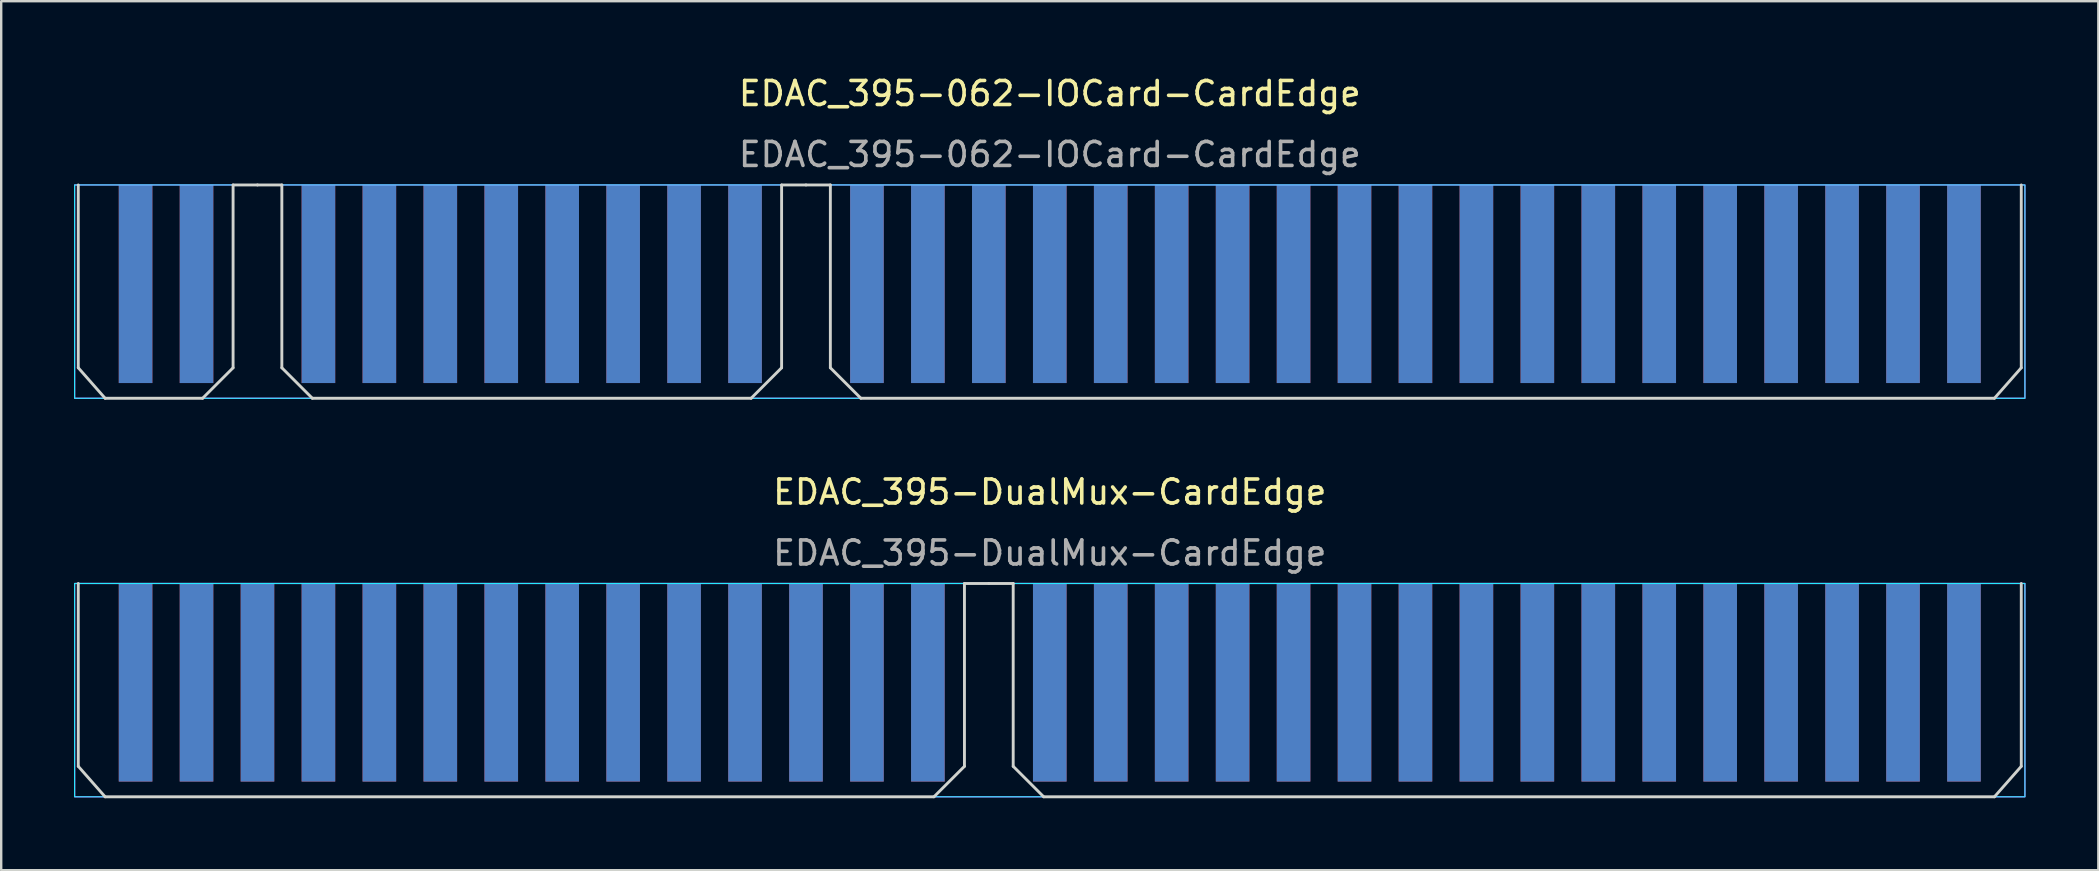
<source format=kicad_pcb>
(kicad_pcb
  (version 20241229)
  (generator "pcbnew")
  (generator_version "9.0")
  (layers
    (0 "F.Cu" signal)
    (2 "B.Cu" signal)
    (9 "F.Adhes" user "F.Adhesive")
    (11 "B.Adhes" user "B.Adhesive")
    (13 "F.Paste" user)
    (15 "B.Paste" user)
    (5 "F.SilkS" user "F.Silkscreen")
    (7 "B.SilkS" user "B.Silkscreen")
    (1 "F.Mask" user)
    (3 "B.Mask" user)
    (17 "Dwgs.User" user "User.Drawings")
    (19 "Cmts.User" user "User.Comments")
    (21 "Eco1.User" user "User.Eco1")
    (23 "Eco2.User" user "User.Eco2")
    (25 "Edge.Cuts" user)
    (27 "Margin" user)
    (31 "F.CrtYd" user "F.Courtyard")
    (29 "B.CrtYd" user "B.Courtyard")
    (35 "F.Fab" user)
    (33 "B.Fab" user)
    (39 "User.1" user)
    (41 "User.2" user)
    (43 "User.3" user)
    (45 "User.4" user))
  (footprint "EDAC_395-DualMux-CardEdge"
    (layer "F.Cu")
    (at 40.7 21.267)
    (property "Reference" "EDAC_395-DualMux-CardEdge" (at 0 -3.81 0) (unlocked yes) (layer "F.SilkS") (effects (font (size 1 1) (thickness 0.15))))
    (fp_rect (start -40.64 0) (end 40.64 8.89) (stroke (width 0.12) (type solid)) (fill yes) (layer "F.Mask"))
    (fp_rect (start 40.64 0) (end -40.64 8.89) (stroke (width 0.12) (type solid)) (fill yes) (layer "B.Mask"))
    (fp_line (start -40.488 0) (end -40.488 7.62) (stroke (width 0.12) (type default)) (layer "Edge.Cuts"))
    (fp_line (start -40.488 7.62) (end -39.37 8.89) (stroke (width 0.12) (type default)) (layer "Edge.Cuts"))
    (fp_line (start -39.37 8.89) (end -4.826 8.89) (stroke (width 0.12) (type default)) (layer "Edge.Cuts"))
    (fp_line (start -3.556 0) (end -3.556 7.62) (stroke (width 0.12) (type default)) (layer "Edge.Cuts"))
    (fp_line (start -3.556 7.62) (end -4.826 8.89) (stroke (width 0.12) (type default)) (layer "Edge.Cuts"))
    (fp_line (start -2.54 0) (end -3.556 0) (stroke (width 0.12) (type default)) (layer "Edge.Cuts"))
    (fp_line (start -2.54 0) (end -1.524 0) (stroke (width 0.12) (type default)) (layer "Edge.Cuts"))
    (fp_line (start -1.524 0) (end -1.524 7.62) (stroke (width 0.12) (type default)) (layer "Edge.Cuts"))
    (fp_line (start -1.524 7.62) (end -0.254 8.89) (stroke (width 0.12) (type default)) (layer "Edge.Cuts"))
    (fp_line (start -0.254 8.89) (end 39.37 8.89) (stroke (width 0.12) (type default)) (layer "Edge.Cuts"))
    (fp_line (start 39.37 8.89) (end 40.488 7.62) (stroke (width 0.12) (type default)) (layer "Edge.Cuts"))
    (fp_line (start 40.488 0) (end 40.488 7.62) (stroke (width 0.12) (type default)) (layer "Edge.Cuts"))
    (fp_rect (start 40.64 0) (end -40.64 8.89) (stroke (width 0.05) (type default)) (fill no) (layer "B.CrtYd"))
    (fp_rect (start 40.64 0) (end -40.64 8.89) (stroke (width 0.05) (type default)) (fill no) (layer "F.CrtYd"))
    (fp_rect (start -40.64 8.255) (end 40.64 8.89) (stroke (width 0.12) (type default)) (fill no) (layer "User.1"))
    (fp_text user "${REFERENCE}" (at 0 -1.27 0) (unlocked yes) (layer "F.Fab") (effects (font (size 1 1) (thickness 0.15))))
    (pad "1" connect rect (at -38.1 4.128 180) (size 1.4 8.255) (layers "B.Cu" "B.Mask"))
    (pad "2" connect rect (at -38.1 4.128) (size 1.4 8.255) (layers "F.Cu" "F.Mask"))
    (pad "3" connect rect (at -35.56 4.128 180) (size 1.4 8.255) (layers "B.Cu" "B.Mask"))
    (pad "4" connect rect (at -35.56 4.128) (size 1.4 8.255) (layers "F.Cu" "F.Mask"))
    (pad "5" connect rect (at -33.02 4.128 180) (size 1.4 8.255) (layers "B.Cu" "B.Mask"))
    (pad "6" connect rect (at -33.02 4.128) (size 1.4 8.255) (layers "F.Cu" "F.Mask"))
    (pad "7" connect rect (at -30.48 4.128 180) (size 1.4 8.255) (layers "B.Cu" "B.Mask"))
    (pad "8" connect rect (at -30.48 4.128) (size 1.4 8.255) (layers "F.Cu" "F.Mask"))
    (pad "9" connect rect (at -27.94 4.128 180) (size 1.4 8.255) (layers "B.Cu" "B.Mask"))
    (pad "10" connect rect (at -27.94 4.128) (size 1.4 8.255) (layers "F.Cu" "F.Mask"))
    (pad "11" connect rect (at -25.4 4.128 180) (size 1.4 8.255) (layers "B.Cu" "B.Mask"))
    (pad "12" connect rect (at -25.4 4.128) (size 1.4 8.255) (layers "F.Cu" "F.Mask"))
    (pad "13" connect rect (at -22.86 4.128 180) (size 1.4 8.255) (layers "B.Cu" "B.Mask"))
    (pad "14" connect rect (at -22.86 4.128) (size 1.4 8.255) (layers "F.Cu" "F.Mask"))
    (pad "15" connect rect (at -20.32 4.128 180) (size 1.4 8.255) (layers "B.Cu" "B.Mask"))
    (pad "16" connect rect (at -20.32 4.128) (size 1.4 8.255) (layers "F.Cu" "F.Mask"))
    (pad "17" connect rect (at -17.78 4.128 180) (size 1.4 8.255) (layers "B.Cu" "B.Mask"))
    (pad "18" connect rect (at -17.78 4.128) (size 1.4 8.255) (layers "F.Cu" "F.Mask"))
    (pad "19" connect rect (at -15.24 4.128 180) (size 1.4 8.255) (layers "B.Cu" "B.Mask"))
    (pad "20" connect rect (at -15.24 4.128) (size 1.4 8.255) (layers "F.Cu" "F.Mask"))
    (pad "21" connect rect (at -12.7 4.128 180) (size 1.4 8.255) (layers "B.Cu" "B.Mask"))
    (pad "22" connect rect (at -12.7 4.128) (size 1.4 8.255) (layers "F.Cu" "F.Mask"))
    (pad "23" connect rect (at -10.16 4.128 180) (size 1.4 8.255) (layers "B.Cu" "B.Mask"))
    (pad "24" connect rect (at -10.16 4.128) (size 1.4 8.255) (layers "F.Cu" "F.Mask"))
    (pad "25" connect rect (at -7.62 4.128 180) (size 1.4 8.255) (layers "B.Cu" "B.Mask"))
    (pad "26" connect rect (at -7.62 4.128) (size 1.4 8.255) (layers "F.Cu" "F.Mask"))
    (pad "27" connect rect (at -5.08 4.128 180) (size 1.4 8.255) (layers "B.Cu" "B.Mask"))
    (pad "28" connect rect (at -5.08 4.128) (size 1.4 8.255) (layers "F.Cu" "F.Mask"))
    (pad "31" connect rect (at 0 4.128 180) (size 1.4 8.255) (layers "B.Cu" "B.Mask"))
    (pad "32" connect rect (at 0 4.128) (size 1.4 8.255) (layers "F.Cu" "F.Mask"))
    (pad "33" connect rect (at 2.54 4.128 180) (size 1.4 8.255) (layers "B.Cu" "B.Mask"))
    (pad "34" connect rect (at 2.54 4.128) (size 1.4 8.255) (layers "F.Cu" "F.Mask"))
    (pad "35" connect rect (at 5.08 4.128 180) (size 1.4 8.255) (layers "B.Cu" "B.Mask"))
    (pad "36" connect rect (at 5.08 4.128) (size 1.4 8.255) (layers "F.Cu" "F.Mask"))
    (pad "37" connect rect (at 7.62 4.128 180) (size 1.4 8.255) (layers "B.Cu" "B.Mask"))
    (pad "38" connect rect (at 7.62 4.128) (size 1.4 8.255) (layers "F.Cu" "F.Mask"))
    (pad "39" connect rect (at 10.16 4.128 180) (size 1.4 8.255) (layers "B.Cu" "B.Mask"))
    (pad "40" connect rect (at 10.16 4.128) (size 1.4 8.255) (layers "F.Cu" "F.Mask"))
    (pad "41" connect rect (at 12.7 4.128 180) (size 1.4 8.255) (layers "B.Cu" "B.Mask"))
    (pad "42" connect rect (at 12.7 4.128) (size 1.4 8.255) (layers "F.Cu" "F.Mask"))
    (pad "43" connect rect (at 15.24 4.128 180) (size 1.4 8.255) (layers "B.Cu" "B.Mask"))
    (pad "44" connect rect (at 15.24 4.128) (size 1.4 8.255) (layers "F.Cu" "F.Mask"))
    (pad "45" connect rect (at 17.78 4.128 180) (size 1.4 8.255) (layers "B.Cu" "B.Mask"))
    (pad "46" connect rect (at 17.78 4.128) (size 1.4 8.255) (layers "F.Cu" "F.Mask"))
    (pad "47" connect rect (at 20.32 4.128 180) (size 1.4 8.255) (layers "B.Cu" "B.Mask"))
    (pad "48" connect rect (at 20.32 4.128) (size 1.4 8.255) (layers "F.Cu" "F.Mask"))
    (pad "49" connect rect (at 22.86 4.128 180) (size 1.4 8.255) (layers "B.Cu" "B.Mask"))
    (pad "50" connect rect (at 22.86 4.128) (size 1.4 8.255) (layers "F.Cu" "F.Mask"))
    (pad "51" connect rect (at 25.4 4.128 180) (size 1.4 8.255) (layers "B.Cu" "B.Mask"))
    (pad "52" connect rect (at 25.4 4.128) (size 1.4 8.255) (layers "F.Cu" "F.Mask"))
    (pad "53" connect rect (at 27.94 4.128 180) (size 1.4 8.255) (layers "B.Cu" "B.Mask"))
    (pad "54" connect rect (at 27.94 4.128) (size 1.4 8.255) (layers "F.Cu" "F.Mask"))
    (pad "55" connect rect (at 30.48 4.128 180) (size 1.4 8.255) (layers "B.Cu" "B.Mask"))
    (pad "56" connect rect (at 30.48 4.128) (size 1.4 8.255) (layers "F.Cu" "F.Mask"))
    (pad "57" connect rect (at 33.02 4.128 180) (size 1.4 8.255) (layers "B.Cu" "B.Mask"))
    (pad "58" connect rect (at 33.02 4.128) (size 1.4 8.255) (layers "F.Cu" "F.Mask"))
    (pad "59" connect rect (at 35.56 4.128 180) (size 1.4 8.255) (layers "B.Cu" "B.Mask"))
    (pad "60" connect rect (at 35.56 4.128) (size 1.4 8.255) (layers "F.Cu" "F.Mask"))
    (pad "61" connect rect (at 38.1 4.128 180) (size 1.4 8.255) (layers "B.Cu" "B.Mask"))
    (pad "62" connect rect (at 38.1 4.128) (size 1.4 8.255) (layers "F.Cu" "F.Mask")))
  (footprint "EDAC_395-062-IOCard-CardEdge"
    (layer "F.Cu")
    (at 40.7 4.658)
    (property "Reference" "EDAC_395-062-IOCard-CardEdge" (at 0 -3.81 0) (unlocked yes) (layer "F.SilkS") (effects (font (size 1 1) (thickness 0.15))))
    (fp_rect (start -40.64 0) (end 40.64 8.89) (stroke (width 0.12) (type solid)) (fill yes) (layer "F.Mask"))
    (fp_rect (start 40.64 0) (end -40.64 8.89) (stroke (width 0.12) (type solid)) (fill yes) (layer "B.Mask"))
    (fp_line (start -40.488 0) (end -40.488 7.62) (stroke (width 0.12) (type default)) (layer "Edge.Cuts"))
    (fp_line (start -40.488 7.62) (end -39.37 8.89) (stroke (width 0.12) (type default)) (layer "Edge.Cuts"))
    (fp_line (start -39.37 8.89) (end -35.306 8.89) (stroke (width 0.12) (type default)) (layer "Edge.Cuts"))
    (fp_line (start -34.036 0) (end -34.036 7.62) (stroke (width 0.12) (type default)) (layer "Edge.Cuts"))
    (fp_line (start -34.036 7.62) (end -35.306 8.89) (stroke (width 0.12) (type default)) (layer "Edge.Cuts"))
    (fp_line (start -33.02 0) (end -34.036 0) (stroke (width 0.12) (type default)) (layer "Edge.Cuts"))
    (fp_line (start -33.02 0) (end -32.004 0) (stroke (width 0.12) (type default)) (layer "Edge.Cuts"))
    (fp_line (start -32.004 0) (end -32.004 7.62) (stroke (width 0.12) (type default)) (layer "Edge.Cuts"))
    (fp_line (start -32.004 7.62) (end -30.734 8.89) (stroke (width 0.12) (type default)) (layer "Edge.Cuts"))
    (fp_line (start -30.734 8.89) (end -12.446 8.89) (stroke (width 0.12) (type default)) (layer "Edge.Cuts"))
    (fp_line (start -11.176 0) (end -11.176 7.62) (stroke (width 0.12) (type default)) (layer "Edge.Cuts"))
    (fp_line (start -11.176 7.62) (end -12.446 8.89) (stroke (width 0.12) (type default)) (layer "Edge.Cuts"))
    (fp_line (start -10.16 0) (end -11.176 0) (stroke (width 0.12) (type default)) (layer "Edge.Cuts"))
    (fp_line (start -10.16 0) (end -9.144 0) (stroke (width 0.12) (type default)) (layer "Edge.Cuts"))
    (fp_line (start -9.144 0) (end -9.144 7.62) (stroke (width 0.12) (type default)) (layer "Edge.Cuts"))
    (fp_line (start -9.144 7.62) (end -7.874 8.89) (stroke (width 0.12) (type default)) (layer "Edge.Cuts"))
    (fp_line (start -7.874 8.89) (end 39.37 8.89) (stroke (width 0.12) (type default)) (layer "Edge.Cuts"))
    (fp_line (start 39.37 8.89) (end 40.488 7.62) (stroke (width 0.12) (type default)) (layer "Edge.Cuts"))
    (fp_line (start 40.488 0) (end 40.488 7.62) (stroke (width 0.12) (type default)) (layer "Edge.Cuts"))
    (fp_rect (start 40.64 0) (end -40.64 8.89) (stroke (width 0.05) (type default)) (fill no) (layer "B.CrtYd"))
    (fp_rect (start 40.64 0) (end -40.64 8.89) (stroke (width 0.05) (type default)) (fill no) (layer "F.CrtYd"))
    (fp_rect (start -40.64 8.255) (end 40.64 8.89) (stroke (width 0.12) (type default)) (fill no) (layer "User.1"))
    (fp_text user "${REFERENCE}" (at 0 -1.27 0) (unlocked yes) (layer "F.Fab") (effects (font (size 1 1) (thickness 0.15))))
    (pad "1" connect rect (at -38.1 4.128 180) (size 1.4 8.255) (layers "B.Cu" "B.Mask"))
    (pad "2" connect rect (at -38.1 4.128) (size 1.4 8.255) (layers "F.Cu" "F.Mask"))
    (pad "3" connect rect (at -35.56 4.128 180) (size 1.4 8.255) (layers "B.Cu" "B.Mask"))
    (pad "4" connect rect (at -35.56 4.128) (size 1.4 8.255) (layers "F.Cu" "F.Mask"))
    (pad "7" connect rect (at -30.48 4.128 180) (size 1.4 8.255) (layers "B.Cu" "B.Mask"))
    (pad "8" connect rect (at -30.48 4.128) (size 1.4 8.255) (layers "F.Cu" "F.Mask"))
    (pad "9" connect rect (at -27.94 4.128 180) (size 1.4 8.255) (layers "B.Cu" "B.Mask"))
    (pad "10" connect rect (at -27.94 4.128) (size 1.4 8.255) (layers "F.Cu" "F.Mask"))
    (pad "11" connect rect (at -25.4 4.128 180) (size 1.4 8.255) (layers "B.Cu" "B.Mask"))
    (pad "12" connect rect (at -25.4 4.128) (size 1.4 8.255) (layers "F.Cu" "F.Mask"))
    (pad "13" connect rect (at -22.86 4.128 180) (size 1.4 8.255) (layers "B.Cu" "B.Mask"))
    (pad "14" connect rect (at -22.86 4.128) (size 1.4 8.255) (layers "F.Cu" "F.Mask"))
    (pad "15" connect rect (at -20.32 4.128 180) (size 1.4 8.255) (layers "B.Cu" "B.Mask"))
    (pad "16" connect rect (at -20.32 4.128) (size 1.4 8.255) (layers "F.Cu" "F.Mask"))
    (pad "17" connect rect (at -17.78 4.128 180) (size 1.4 8.255) (layers "B.Cu" "B.Mask"))
    (pad "18" connect rect (at -17.78 4.128) (size 1.4 8.255) (layers "F.Cu" "F.Mask"))
    (pad "19" connect rect (at -15.24 4.128 180) (size 1.4 8.255) (layers "B.Cu" "B.Mask"))
    (pad "20" connect rect (at -15.24 4.128) (size 1.4 8.255) (layers "F.Cu" "F.Mask"))
    (pad "21" connect rect (at -12.7 4.128 180) (size 1.4 8.255) (layers "B.Cu" "B.Mask"))
    (pad "22" connect rect (at -12.7 4.128) (size 1.4 8.255) (layers "F.Cu" "F.Mask"))
    (pad "25" connect rect (at -7.62 4.128 180) (size 1.4 8.255) (layers "B.Cu" "B.Mask"))
    (pad "26" connect rect (at -7.62 4.128) (size 1.4 8.255) (layers "F.Cu" "F.Mask"))
    (pad "27" connect rect (at -5.08 4.128 180) (size 1.4 8.255) (layers "B.Cu" "B.Mask"))
    (pad "28" connect rect (at -5.08 4.128) (size 1.4 8.255) (layers "F.Cu" "F.Mask"))
    (pad "29" connect rect (at -2.54 4.128 180) (size 1.4 8.255) (layers "B.Cu" "B.Mask"))
    (pad "30" connect rect (at -2.54 4.128) (size 1.4 8.255) (layers "F.Cu" "F.Mask"))
    (pad "31" connect rect (at 0 4.128 180) (size 1.4 8.255) (layers "B.Cu" "B.Mask"))
    (pad "32" connect rect (at 0 4.128) (size 1.4 8.255) (layers "F.Cu" "F.Mask"))
    (pad "33" connect rect (at 2.54 4.128 180) (size 1.4 8.255) (layers "B.Cu" "B.Mask"))
    (pad "34" connect rect (at 2.54 4.128) (size 1.4 8.255) (layers "F.Cu" "F.Mask"))
    (pad "35" connect rect (at 5.08 4.128 180) (size 1.4 8.255) (layers "B.Cu" "B.Mask"))
    (pad "36" connect rect (at 5.08 4.128) (size 1.4 8.255) (layers "F.Cu" "F.Mask"))
    (pad "37" connect rect (at 7.62 4.128 180) (size 1.4 8.255) (layers "B.Cu" "B.Mask"))
    (pad "38" connect rect (at 7.62 4.128) (size 1.4 8.255) (layers "F.Cu" "F.Mask"))
    (pad "39" connect rect (at 10.16 4.128 180) (size 1.4 8.255) (layers "B.Cu" "B.Mask"))
    (pad "40" connect rect (at 10.16 4.128) (size 1.4 8.255) (layers "F.Cu" "F.Mask"))
    (pad "41" connect rect (at 12.7 4.128 180) (size 1.4 8.255) (layers "B.Cu" "B.Mask"))
    (pad "42" connect rect (at 12.7 4.128) (size 1.4 8.255) (layers "F.Cu" "F.Mask"))
    (pad "43" connect rect (at 15.24 4.128 180) (size 1.4 8.255) (layers "B.Cu" "B.Mask"))
    (pad "44" connect rect (at 15.24 4.128) (size 1.4 8.255) (layers "F.Cu" "F.Mask"))
    (pad "45" connect rect (at 17.78 4.128 180) (size 1.4 8.255) (layers "B.Cu" "B.Mask"))
    (pad "46" connect rect (at 17.78 4.128) (size 1.4 8.255) (layers "F.Cu" "F.Mask"))
    (pad "47" connect rect (at 20.32 4.128 180) (size 1.4 8.255) (layers "B.Cu" "B.Mask"))
    (pad "48" connect rect (at 20.32 4.128) (size 1.4 8.255) (layers "F.Cu" "F.Mask"))
    (pad "49" connect rect (at 22.86 4.128 180) (size 1.4 8.255) (layers "B.Cu" "B.Mask"))
    (pad "50" connect rect (at 22.86 4.128) (size 1.4 8.255) (layers "F.Cu" "F.Mask"))
    (pad "51" connect rect (at 25.4 4.128 180) (size 1.4 8.255) (layers "B.Cu" "B.Mask"))
    (pad "52" connect rect (at 25.4 4.128) (size 1.4 8.255) (layers "F.Cu" "F.Mask"))
    (pad "53" connect rect (at 27.94 4.128 180) (size 1.4 8.255) (layers "B.Cu" "B.Mask"))
    (pad "54" connect rect (at 27.94 4.128) (size 1.4 8.255) (layers "F.Cu" "F.Mask"))
    (pad "55" connect rect (at 30.48 4.128 180) (size 1.4 8.255) (layers "B.Cu" "B.Mask"))
    (pad "56" connect rect (at 30.48 4.128) (size 1.4 8.255) (layers "F.Cu" "F.Mask"))
    (pad "57" connect rect (at 33.02 4.128 180) (size 1.4 8.255) (layers "B.Cu" "B.Mask"))
    (pad "58" connect rect (at 33.02 4.128) (size 1.4 8.255) (layers "F.Cu" "F.Mask"))
    (pad "59" connect rect (at 35.56 4.128 180) (size 1.4 8.255) (layers "B.Cu" "B.Mask"))
    (pad "60" connect rect (at 35.56 4.128) (size 1.4 8.255) (layers "F.Cu" "F.Mask"))
    (pad "61" connect rect (at 38.1 4.128 180) (size 1.4 8.255) (layers "B.Cu" "B.Mask"))
    (pad "62" connect rect (at 38.1 4.128) (size 1.4 8.255) (layers "F.Cu" "F.Mask")))
  (gr_rect
    (start -3 -3)
    (end 84.4 33.217)
    (stroke (width 0.1) (type default))
    (fill no)
    (layer "Edge.Cuts")))
</source>
